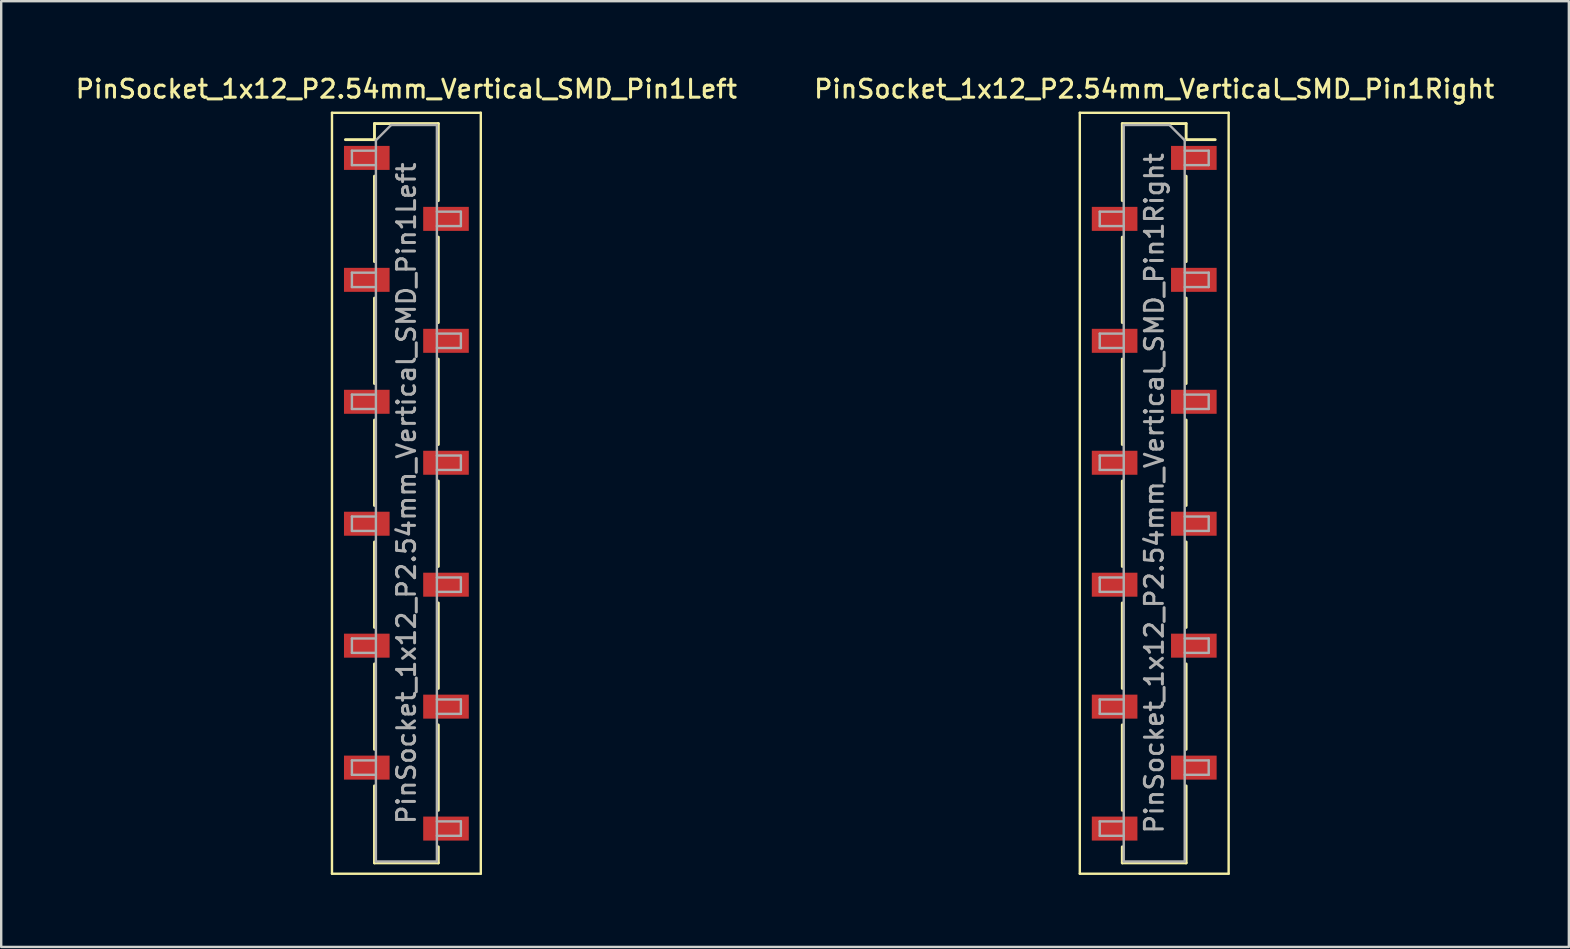
<source format=kicad_pcb>
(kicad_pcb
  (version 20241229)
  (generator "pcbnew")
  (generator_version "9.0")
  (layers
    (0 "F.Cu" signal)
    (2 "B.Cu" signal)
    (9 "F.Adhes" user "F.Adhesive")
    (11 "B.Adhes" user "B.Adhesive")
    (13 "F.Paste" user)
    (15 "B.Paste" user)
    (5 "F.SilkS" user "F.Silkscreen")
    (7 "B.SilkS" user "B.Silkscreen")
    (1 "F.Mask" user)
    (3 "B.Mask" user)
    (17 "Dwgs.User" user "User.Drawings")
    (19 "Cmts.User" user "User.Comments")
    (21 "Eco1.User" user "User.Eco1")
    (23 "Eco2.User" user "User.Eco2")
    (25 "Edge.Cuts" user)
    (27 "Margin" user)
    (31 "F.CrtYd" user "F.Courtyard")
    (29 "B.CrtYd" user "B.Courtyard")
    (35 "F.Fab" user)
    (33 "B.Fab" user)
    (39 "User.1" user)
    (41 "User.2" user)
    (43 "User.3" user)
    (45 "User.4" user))
  (footprint "PinSocket_1x12_P2.54mm_Vertical_SMD_Pin1Left"
    (layer "F.Cu")
    (at 13.88 17.498)
    (property "Reference" "PinSocket_1x12_P2.54mm_Vertical_SMD_Pin1Left" (at 0 -16.84 0) (layer "F.SilkS") (effects (font (size 0.75 0.75) (thickness 0.125))))
    (attr smd)
    (fp_line (start -3.1 -15.85) (end 3.1 -15.85) (stroke (width 0.1) (type solid)) (layer "F.SilkS"))
    (fp_line (start -3.1 15.85) (end -3.1 -15.85) (stroke (width 0.1) (type solid)) (layer "F.SilkS"))
    (fp_line (start -2.54 -14.73) (end -1.33 -14.73) (stroke (width 0.12) (type solid)) (layer "F.SilkS"))
    (fp_line (start -1.33 -15.4) (end -1.33 -14.73) (stroke (width 0.12) (type solid)) (layer "F.SilkS"))
    (fp_line (start -1.33 -15.4) (end 1.33 -15.4) (stroke (width 0.12) (type solid)) (layer "F.SilkS"))
    (fp_line (start -1.33 -13.21) (end -1.33 -9.65) (stroke (width 0.12) (type solid)) (layer "F.SilkS"))
    (fp_line (start -1.33 -8.13) (end -1.33 -4.57) (stroke (width 0.12) (type solid)) (layer "F.SilkS"))
    (fp_line (start -1.33 -3.05) (end -1.33 0.51) (stroke (width 0.12) (type solid)) (layer "F.SilkS"))
    (fp_line (start -1.33 2.03) (end -1.33 5.59) (stroke (width 0.12) (type solid)) (layer "F.SilkS"))
    (fp_line (start -1.33 7.11) (end -1.33 10.67) (stroke (width 0.12) (type solid)) (layer "F.SilkS"))
    (fp_line (start -1.33 12.19) (end -1.33 15.4) (stroke (width 0.12) (type solid)) (layer "F.SilkS"))
    (fp_line (start -1.33 15.4) (end 1.33 15.4) (stroke (width 0.12) (type solid)) (layer "F.SilkS"))
    (fp_line (start 1.33 -15.4) (end 1.33 -12.19) (stroke (width 0.12) (type solid)) (layer "F.SilkS"))
    (fp_line (start 1.33 -10.67) (end 1.33 -7.11) (stroke (width 0.12) (type solid)) (layer "F.SilkS"))
    (fp_line (start 1.33 -5.59) (end 1.33 -2.03) (stroke (width 0.12) (type solid)) (layer "F.SilkS"))
    (fp_line (start 1.33 -0.51) (end 1.33 3.05) (stroke (width 0.12) (type solid)) (layer "F.SilkS"))
    (fp_line (start 1.33 4.57) (end 1.33 8.13) (stroke (width 0.12) (type solid)) (layer "F.SilkS"))
    (fp_line (start 1.33 9.65) (end 1.33 13.21) (stroke (width 0.12) (type solid)) (layer "F.SilkS"))
    (fp_line (start 1.33 14.73) (end 1.33 15.4) (stroke (width 0.12) (type solid)) (layer "F.SilkS"))
    (fp_line (start 3.1 -15.85) (end 3.1 15.85) (stroke (width 0.1) (type solid)) (layer "F.SilkS"))
    (fp_line (start 3.1 15.85) (end -3.1 15.85) (stroke (width 0.1) (type solid)) (layer "F.SilkS"))
    (fp_line (start -2.27 -14.27) (end -1.27 -14.27) (stroke (width 0.1) (type solid)) (layer "F.Fab"))
    (fp_line (start -2.27 -13.67) (end -2.27 -14.27) (stroke (width 0.1) (type solid)) (layer "F.Fab"))
    (fp_line (start -2.27 -9.19) (end -1.27 -9.19) (stroke (width 0.1) (type solid)) (layer "F.Fab"))
    (fp_line (start -2.27 -8.59) (end -2.27 -9.19) (stroke (width 0.1) (type solid)) (layer "F.Fab"))
    (fp_line (start -2.27 -4.11) (end -1.27 -4.11) (stroke (width 0.1) (type solid)) (layer "F.Fab"))
    (fp_line (start -2.27 -3.51) (end -2.27 -4.11) (stroke (width 0.1) (type solid)) (layer "F.Fab"))
    (fp_line (start -2.27 0.97) (end -1.27 0.97) (stroke (width 0.1) (type solid)) (layer "F.Fab"))
    (fp_line (start -2.27 1.57) (end -2.27 0.97) (stroke (width 0.1) (type solid)) (layer "F.Fab"))
    (fp_line (start -2.27 6.05) (end -1.27 6.05) (stroke (width 0.1) (type solid)) (layer "F.Fab"))
    (fp_line (start -2.27 6.65) (end -2.27 6.05) (stroke (width 0.1) (type solid)) (layer "F.Fab"))
    (fp_line (start -2.27 11.13) (end -1.27 11.13) (stroke (width 0.1) (type solid)) (layer "F.Fab"))
    (fp_line (start -2.27 11.73) (end -2.27 11.13) (stroke (width 0.1) (type solid)) (layer "F.Fab"))
    (fp_line (start -1.27 -14.705) (end -0.635 -15.34) (stroke (width 0.1) (type solid)) (layer "F.Fab"))
    (fp_line (start -1.27 -13.67) (end -2.27 -13.67) (stroke (width 0.1) (type solid)) (layer "F.Fab"))
    (fp_line (start -1.27 -8.59) (end -2.27 -8.59) (stroke (width 0.1) (type solid)) (layer "F.Fab"))
    (fp_line (start -1.27 -3.51) (end -2.27 -3.51) (stroke (width 0.1) (type solid)) (layer "F.Fab"))
    (fp_line (start -1.27 1.57) (end -2.27 1.57) (stroke (width 0.1) (type solid)) (layer "F.Fab"))
    (fp_line (start -1.27 6.65) (end -2.27 6.65) (stroke (width 0.1) (type solid)) (layer "F.Fab"))
    (fp_line (start -1.27 11.73) (end -2.27 11.73) (stroke (width 0.1) (type solid)) (layer "F.Fab"))
    (fp_line (start -1.27 15.34) (end -1.27 -14.705) (stroke (width 0.1) (type solid)) (layer "F.Fab"))
    (fp_line (start -0.635 -15.34) (end 1.27 -15.34) (stroke (width 0.1) (type solid)) (layer "F.Fab"))
    (fp_line (start 1.27 -15.34) (end 1.27 15.34) (stroke (width 0.1) (type solid)) (layer "F.Fab"))
    (fp_line (start 1.27 -11.73) (end 2.27 -11.73) (stroke (width 0.1) (type solid)) (layer "F.Fab"))
    (fp_line (start 1.27 -6.65) (end 2.27 -6.65) (stroke (width 0.1) (type solid)) (layer "F.Fab"))
    (fp_line (start 1.27 -1.57) (end 2.27 -1.57) (stroke (width 0.1) (type solid)) (layer "F.Fab"))
    (fp_line (start 1.27 3.51) (end 2.27 3.51) (stroke (width 0.1) (type solid)) (layer "F.Fab"))
    (fp_line (start 1.27 8.59) (end 2.27 8.59) (stroke (width 0.1) (type solid)) (layer "F.Fab"))
    (fp_line (start 1.27 13.67) (end 2.27 13.67) (stroke (width 0.1) (type solid)) (layer "F.Fab"))
    (fp_line (start 1.27 15.34) (end -1.27 15.34) (stroke (width 0.1) (type solid)) (layer "F.Fab"))
    (fp_line (start 2.27 -11.73) (end 2.27 -11.13) (stroke (width 0.1) (type solid)) (layer "F.Fab"))
    (fp_line (start 2.27 -11.13) (end 1.27 -11.13) (stroke (width 0.1) (type solid)) (layer "F.Fab"))
    (fp_line (start 2.27 -6.65) (end 2.27 -6.05) (stroke (width 0.1) (type solid)) (layer "F.Fab"))
    (fp_line (start 2.27 -6.05) (end 1.27 -6.05) (stroke (width 0.1) (type solid)) (layer "F.Fab"))
    (fp_line (start 2.27 -1.57) (end 2.27 -0.97) (stroke (width 0.1) (type solid)) (layer "F.Fab"))
    (fp_line (start 2.27 -0.97) (end 1.27 -0.97) (stroke (width 0.1) (type solid)) (layer "F.Fab"))
    (fp_line (start 2.27 3.51) (end 2.27 4.11) (stroke (width 0.1) (type solid)) (layer "F.Fab"))
    (fp_line (start 2.27 4.11) (end 1.27 4.11) (stroke (width 0.1) (type solid)) (layer "F.Fab"))
    (fp_line (start 2.27 8.59) (end 2.27 9.19) (stroke (width 0.1) (type solid)) (layer "F.Fab"))
    (fp_line (start 2.27 9.19) (end 1.27 9.19) (stroke (width 0.1) (type solid)) (layer "F.Fab"))
    (fp_line (start 2.27 13.67) (end 2.27 14.27) (stroke (width 0.1) (type solid)) (layer "F.Fab"))
    (fp_line (start 2.27 14.27) (end 1.27 14.27) (stroke (width 0.1) (type solid)) (layer "F.Fab"))
    (fp_text user "${REFERENCE}" (at 0 0 90) (layer "F.Fab") (effects (font (size 0.75 0.75) (thickness 0.125))))
    (pad "1" smd rect (at -1.65 -13.97) (size 1.9 1) (layers "F.Cu" "F.Mask" "F.Paste"))
    (pad "2" smd rect (at 1.65 -11.43) (size 1.9 1) (layers "F.Cu" "F.Mask" "F.Paste"))
    (pad "3" smd rect (at -1.65 -8.89) (size 1.9 1) (layers "F.Cu" "F.Mask" "F.Paste"))
    (pad "4" smd rect (at 1.65 -6.35) (size 1.9 1) (layers "F.Cu" "F.Mask" "F.Paste"))
    (pad "5" smd rect (at -1.65 -3.81) (size 1.9 1) (layers "F.Cu" "F.Mask" "F.Paste"))
    (pad "6" smd rect (at 1.65 -1.27) (size 1.9 1) (layers "F.Cu" "F.Mask" "F.Paste"))
    (pad "7" smd rect (at -1.65 1.27) (size 1.9 1) (layers "F.Cu" "F.Mask" "F.Paste"))
    (pad "8" smd rect (at 1.65 3.81) (size 1.9 1) (layers "F.Cu" "F.Mask" "F.Paste"))
    (pad "9" smd rect (at -1.65 6.35) (size 1.9 1) (layers "F.Cu" "F.Mask" "F.Paste"))
    (pad "10" smd rect (at 1.65 8.89) (size 1.9 1) (layers "F.Cu" "F.Mask" "F.Paste"))
    (pad "11" smd rect (at -1.65 11.43) (size 1.9 1) (layers "F.Cu" "F.Mask" "F.Paste"))
    (pad "12" smd rect (at 1.65 13.97) (size 1.9 1) (layers "F.Cu" "F.Mask" "F.Paste")))
  (footprint "PinSocket_1x12_P2.54mm_Vertical_SMD_Pin1Right"
    (layer "F.Cu")
    (at 45.034 17.498)
    (property "Reference" "PinSocket_1x12_P2.54mm_Vertical_SMD_Pin1Right" (at 0 -16.84 0) (layer "F.SilkS") (effects (font (size 0.75 0.75) (thickness 0.125))))
    (attr smd)
    (fp_line (start -3.1 -15.85) (end 3.1 -15.85) (stroke (width 0.1) (type solid)) (layer "F.SilkS"))
    (fp_line (start -3.1 15.85) (end -3.1 -15.85) (stroke (width 0.1) (type solid)) (layer "F.SilkS"))
    (fp_line (start -1.33 -15.4) (end -1.33 -12.19) (stroke (width 0.12) (type solid)) (layer "F.SilkS"))
    (fp_line (start -1.33 -15.4) (end 1.33 -15.4) (stroke (width 0.12) (type solid)) (layer "F.SilkS"))
    (fp_line (start -1.33 -10.67) (end -1.33 -7.11) (stroke (width 0.12) (type solid)) (layer "F.SilkS"))
    (fp_line (start -1.33 -5.59) (end -1.33 -2.03) (stroke (width 0.12) (type solid)) (layer "F.SilkS"))
    (fp_line (start -1.33 -0.51) (end -1.33 3.05) (stroke (width 0.12) (type solid)) (layer "F.SilkS"))
    (fp_line (start -1.33 4.57) (end -1.33 8.13) (stroke (width 0.12) (type solid)) (layer "F.SilkS"))
    (fp_line (start -1.33 9.65) (end -1.33 13.21) (stroke (width 0.12) (type solid)) (layer "F.SilkS"))
    (fp_line (start -1.33 14.73) (end -1.33 15.4) (stroke (width 0.12) (type solid)) (layer "F.SilkS"))
    (fp_line (start -1.33 15.4) (end 1.33 15.4) (stroke (width 0.12) (type solid)) (layer "F.SilkS"))
    (fp_line (start 1.33 -15.4) (end 1.33 -14.73) (stroke (width 0.12) (type solid)) (layer "F.SilkS"))
    (fp_line (start 1.33 -14.73) (end 2.54 -14.73) (stroke (width 0.12) (type solid)) (layer "F.SilkS"))
    (fp_line (start 1.33 -13.21) (end 1.33 -9.65) (stroke (width 0.12) (type solid)) (layer "F.SilkS"))
    (fp_line (start 1.33 -8.13) (end 1.33 -4.57) (stroke (width 0.12) (type solid)) (layer "F.SilkS"))
    (fp_line (start 1.33 -3.05) (end 1.33 0.51) (stroke (width 0.12) (type solid)) (layer "F.SilkS"))
    (fp_line (start 1.33 2.03) (end 1.33 5.59) (stroke (width 0.12) (type solid)) (layer "F.SilkS"))
    (fp_line (start 1.33 7.11) (end 1.33 10.67) (stroke (width 0.12) (type solid)) (layer "F.SilkS"))
    (fp_line (start 1.33 12.19) (end 1.33 15.4) (stroke (width 0.12) (type solid)) (layer "F.SilkS"))
    (fp_line (start 3.1 -15.85) (end 3.1 15.85) (stroke (width 0.1) (type solid)) (layer "F.SilkS"))
    (fp_line (start 3.1 15.85) (end -3.1 15.85) (stroke (width 0.1) (type solid)) (layer "F.SilkS"))
    (fp_line (start -2.27 -11.73) (end -1.27 -11.73) (stroke (width 0.1) (type solid)) (layer "F.Fab"))
    (fp_line (start -2.27 -11.13) (end -2.27 -11.73) (stroke (width 0.1) (type solid)) (layer "F.Fab"))
    (fp_line (start -2.27 -6.65) (end -1.27 -6.65) (stroke (width 0.1) (type solid)) (layer "F.Fab"))
    (fp_line (start -2.27 -6.05) (end -2.27 -6.65) (stroke (width 0.1) (type solid)) (layer "F.Fab"))
    (fp_line (start -2.27 -1.57) (end -1.27 -1.57) (stroke (width 0.1) (type solid)) (layer "F.Fab"))
    (fp_line (start -2.27 -0.97) (end -2.27 -1.57) (stroke (width 0.1) (type solid)) (layer "F.Fab"))
    (fp_line (start -2.27 3.51) (end -1.27 3.51) (stroke (width 0.1) (type solid)) (layer "F.Fab"))
    (fp_line (start -2.27 4.11) (end -2.27 3.51) (stroke (width 0.1) (type solid)) (layer "F.Fab"))
    (fp_line (start -2.27 8.59) (end -1.27 8.59) (stroke (width 0.1) (type solid)) (layer "F.Fab"))
    (fp_line (start -2.27 9.19) (end -2.27 8.59) (stroke (width 0.1) (type solid)) (layer "F.Fab"))
    (fp_line (start -2.27 13.67) (end -1.27 13.67) (stroke (width 0.1) (type solid)) (layer "F.Fab"))
    (fp_line (start -2.27 14.27) (end -2.27 13.67) (stroke (width 0.1) (type solid)) (layer "F.Fab"))
    (fp_line (start -1.27 -15.34) (end 0.635 -15.34) (stroke (width 0.1) (type solid)) (layer "F.Fab"))
    (fp_line (start -1.27 -11.13) (end -2.27 -11.13) (stroke (width 0.1) (type solid)) (layer "F.Fab"))
    (fp_line (start -1.27 -6.05) (end -2.27 -6.05) (stroke (width 0.1) (type solid)) (layer "F.Fab"))
    (fp_line (start -1.27 -0.97) (end -2.27 -0.97) (stroke (width 0.1) (type solid)) (layer "F.Fab"))
    (fp_line (start -1.27 4.11) (end -2.27 4.11) (stroke (width 0.1) (type solid)) (layer "F.Fab"))
    (fp_line (start -1.27 9.19) (end -2.27 9.19) (stroke (width 0.1) (type solid)) (layer "F.Fab"))
    (fp_line (start -1.27 14.27) (end -2.27 14.27) (stroke (width 0.1) (type solid)) (layer "F.Fab"))
    (fp_line (start -1.27 15.34) (end -1.27 -15.34) (stroke (width 0.1) (type solid)) (layer "F.Fab"))
    (fp_line (start 0.635 -15.34) (end 1.27 -14.705) (stroke (width 0.1) (type solid)) (layer "F.Fab"))
    (fp_line (start 1.27 -14.705) (end 1.27 15.34) (stroke (width 0.1) (type solid)) (layer "F.Fab"))
    (fp_line (start 1.27 -14.27) (end 2.27 -14.27) (stroke (width 0.1) (type solid)) (layer "F.Fab"))
    (fp_line (start 1.27 -9.19) (end 2.27 -9.19) (stroke (width 0.1) (type solid)) (layer "F.Fab"))
    (fp_line (start 1.27 -4.11) (end 2.27 -4.11) (stroke (width 0.1) (type solid)) (layer "F.Fab"))
    (fp_line (start 1.27 0.97) (end 2.27 0.97) (stroke (width 0.1) (type solid)) (layer "F.Fab"))
    (fp_line (start 1.27 6.05) (end 2.27 6.05) (stroke (width 0.1) (type solid)) (layer "F.Fab"))
    (fp_line (start 1.27 11.13) (end 2.27 11.13) (stroke (width 0.1) (type solid)) (layer "F.Fab"))
    (fp_line (start 1.27 15.34) (end -1.27 15.34) (stroke (width 0.1) (type solid)) (layer "F.Fab"))
    (fp_line (start 2.27 -14.27) (end 2.27 -13.67) (stroke (width 0.1) (type solid)) (layer "F.Fab"))
    (fp_line (start 2.27 -13.67) (end 1.27 -13.67) (stroke (width 0.1) (type solid)) (layer "F.Fab"))
    (fp_line (start 2.27 -9.19) (end 2.27 -8.59) (stroke (width 0.1) (type solid)) (layer "F.Fab"))
    (fp_line (start 2.27 -8.59) (end 1.27 -8.59) (stroke (width 0.1) (type solid)) (layer "F.Fab"))
    (fp_line (start 2.27 -4.11) (end 2.27 -3.51) (stroke (width 0.1) (type solid)) (layer "F.Fab"))
    (fp_line (start 2.27 -3.51) (end 1.27 -3.51) (stroke (width 0.1) (type solid)) (layer "F.Fab"))
    (fp_line (start 2.27 0.97) (end 2.27 1.57) (stroke (width 0.1) (type solid)) (layer "F.Fab"))
    (fp_line (start 2.27 1.57) (end 1.27 1.57) (stroke (width 0.1) (type solid)) (layer "F.Fab"))
    (fp_line (start 2.27 6.05) (end 2.27 6.65) (stroke (width 0.1) (type solid)) (layer "F.Fab"))
    (fp_line (start 2.27 6.65) (end 1.27 6.65) (stroke (width 0.1) (type solid)) (layer "F.Fab"))
    (fp_line (start 2.27 11.13) (end 2.27 11.73) (stroke (width 0.1) (type solid)) (layer "F.Fab"))
    (fp_line (start 2.27 11.73) (end 1.27 11.73) (stroke (width 0.1) (type solid)) (layer "F.Fab"))
    (fp_text user "${REFERENCE}" (at 0 0 90) (layer "F.Fab") (effects (font (size 0.75 0.75) (thickness 0.125))))
    (pad "1" smd rect (at 1.65 -13.97) (size 1.9 1) (layers "F.Cu" "F.Mask" "F.Paste"))
    (pad "2" smd rect (at -1.65 -11.43) (size 1.9 1) (layers "F.Cu" "F.Mask" "F.Paste"))
    (pad "3" smd rect (at 1.65 -8.89) (size 1.9 1) (layers "F.Cu" "F.Mask" "F.Paste"))
    (pad "4" smd rect (at -1.65 -6.35) (size 1.9 1) (layers "F.Cu" "F.Mask" "F.Paste"))
    (pad "5" smd rect (at 1.65 -3.81) (size 1.9 1) (layers "F.Cu" "F.Mask" "F.Paste"))
    (pad "6" smd rect (at -1.65 -1.27) (size 1.9 1) (layers "F.Cu" "F.Mask" "F.Paste"))
    (pad "7" smd rect (at 1.65 1.27) (size 1.9 1) (layers "F.Cu" "F.Mask" "F.Paste"))
    (pad "8" smd rect (at -1.65 3.81) (size 1.9 1) (layers "F.Cu" "F.Mask" "F.Paste"))
    (pad "9" smd rect (at 1.65 6.35) (size 1.9 1) (layers "F.Cu" "F.Mask" "F.Paste"))
    (pad "10" smd rect (at -1.65 8.89) (size 1.9 1) (layers "F.Cu" "F.Mask" "F.Paste"))
    (pad "11" smd rect (at 1.65 11.43) (size 1.9 1) (layers "F.Cu" "F.Mask" "F.Paste"))
    (pad "12" smd rect (at -1.65 13.97) (size 1.9 1) (layers "F.Cu" "F.Mask" "F.Paste")))
  (gr_rect
    (start -3 -3)
    (end 62.307 36.398)
    (stroke (width 0.1) (type default))
    (fill no)
    (layer "Edge.Cuts")))
</source>
